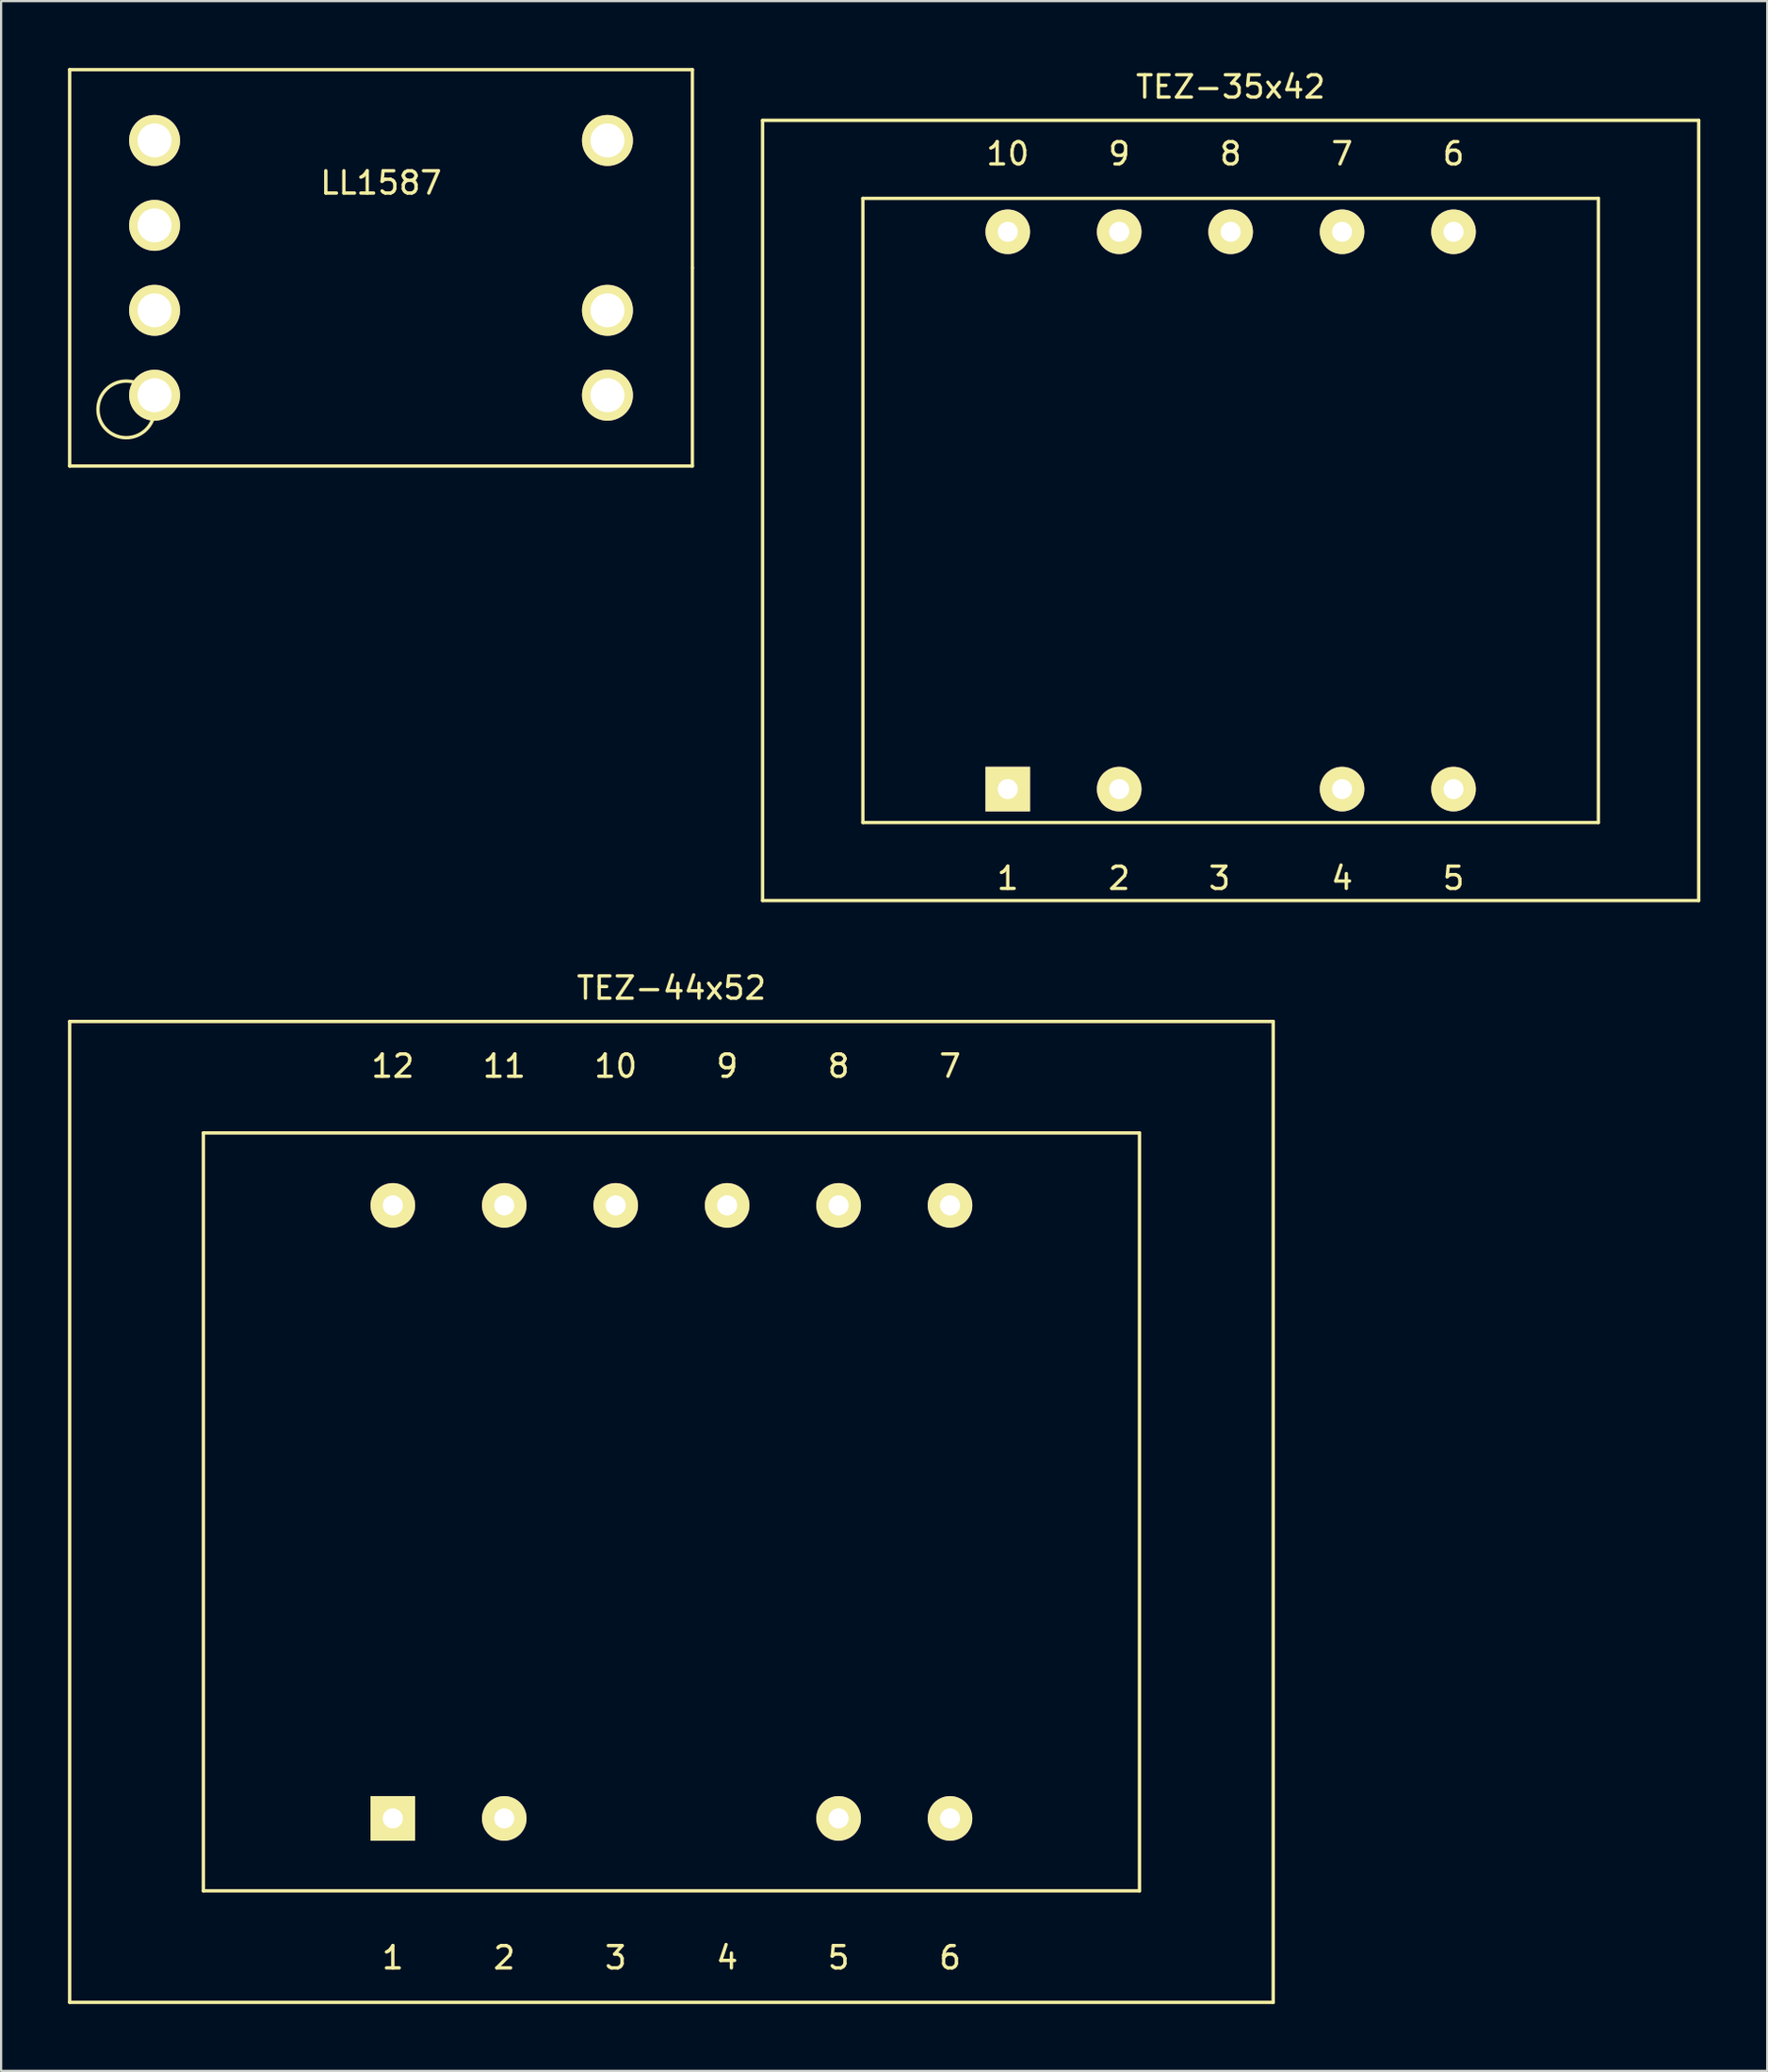
<source format=kicad_pcb>
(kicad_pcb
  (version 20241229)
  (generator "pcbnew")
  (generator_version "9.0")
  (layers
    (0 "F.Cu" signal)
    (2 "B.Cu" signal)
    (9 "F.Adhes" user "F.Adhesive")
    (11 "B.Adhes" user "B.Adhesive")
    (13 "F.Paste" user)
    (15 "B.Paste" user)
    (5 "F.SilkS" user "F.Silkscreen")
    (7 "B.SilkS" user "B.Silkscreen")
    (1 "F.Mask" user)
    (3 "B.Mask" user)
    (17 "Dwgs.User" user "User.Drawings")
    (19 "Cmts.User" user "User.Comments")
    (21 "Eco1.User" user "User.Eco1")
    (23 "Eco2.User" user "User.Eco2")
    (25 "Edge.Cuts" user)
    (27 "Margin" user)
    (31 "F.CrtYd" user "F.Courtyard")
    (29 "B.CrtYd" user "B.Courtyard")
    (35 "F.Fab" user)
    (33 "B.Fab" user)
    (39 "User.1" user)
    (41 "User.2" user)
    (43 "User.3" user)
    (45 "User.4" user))
  (footprint "LL1587"
    (layer "F.Cu")
    (at 14.045 8.965)
    (property "Reference" "LL1587" (at 0 -3.81 0) (layer "F.SilkS") (effects (font (size 1 1) (thickness 0.15))))
    (attr through_hole)
    (fp_line (start -13.97 -8.89) (end -13.97 8.89) (stroke (width 0.15) (type solid)) (layer "F.SilkS"))
    (fp_line (start -13.97 8.89) (end 13.97 8.89) (stroke (width 0.15) (type solid)) (layer "F.SilkS"))
    (fp_line (start 13.97 -8.89) (end -13.97 -8.89) (stroke (width 0.15) (type solid)) (layer "F.SilkS"))
    (fp_line (start 13.97 0) (end 13.97 -8.89) (stroke (width 0.15) (type solid)) (layer "F.SilkS"))
    (fp_line (start 13.97 8.89) (end 13.97 0) (stroke (width 0.15) (type solid)) (layer "F.SilkS"))
    (fp_circle (center -11.43 6.35) (end -11.43 5.08) (stroke (width 0.15) (type solid)) (fill no) (layer "F.SilkS"))
    (pad "1" thru_hole circle (at -10.16 5.715) (size 2.286 2.286) (drill 1.524) (layers "*.Cu" "*.Mask" "F.SilkS"))
    (pad "2" thru_hole circle (at -10.16 1.905) (size 2.286 2.286) (drill 1.524) (layers "*.Cu" "*.Mask" "F.SilkS"))
    (pad "3" thru_hole circle (at -10.16 -1.905) (size 2.286 2.286) (drill 1.524) (layers "*.Cu" "*.Mask" "F.SilkS"))
    (pad "4" thru_hole circle (at -10.16 -5.715) (size 2.286 2.286) (drill 1.524) (layers "*.Cu" "*.Mask" "F.SilkS"))
    (pad "5" thru_hole circle (at 10.16 5.715) (size 2.286 2.286) (drill 1.524) (layers "*.Cu" "*.Mask" "F.SilkS"))
    (pad "6" thru_hole circle (at 10.16 1.905) (size 2.286 2.286) (drill 1.524) (layers "*.Cu" "*.Mask" "F.SilkS"))
    (pad "8" thru_hole circle (at 10.16 -5.715) (size 2.286 2.286) (drill 1.524) (layers "*.Cu" "*.Mask" "F.SilkS")))
  (footprint "TEZ-44x52"
    (layer "F.Cu")
    (at 27.075 64.772)
    (property "Reference" "TEZ-44x52" (at 0 -23.5 0) (layer "F.SilkS") (effects (font (size 1 1) (thickness 0.15))))
    (attr through_hole)
    (fp_line (start -27 -22) (end 27 -22) (stroke (width 0.15) (type solid)) (layer "F.SilkS"))
    (fp_line (start -27 22) (end -27 -22) (stroke (width 0.15) (type solid)) (layer "F.SilkS"))
    (fp_line (start -21 -17) (end 21 -17) (stroke (width 0.15) (type solid)) (layer "F.SilkS"))
    (fp_line (start -21 17) (end -21 -17) (stroke (width 0.15) (type solid)) (layer "F.SilkS"))
    (fp_line (start 21 -17) (end 21 17) (stroke (width 0.15) (type solid)) (layer "F.SilkS"))
    (fp_line (start 21 17) (end -21 17) (stroke (width 0.15) (type solid)) (layer "F.SilkS"))
    (fp_line (start 27 -22) (end 27 22) (stroke (width 0.15) (type solid)) (layer "F.SilkS"))
    (fp_line (start 27 22) (end -27 22) (stroke (width 0.15) (type solid)) (layer "F.SilkS"))
    (fp_text user "8" (at 7.5 -20 0) (layer "F.SilkS") (effects (font (size 1 1) (thickness 0.15))))
    (fp_text user "5" (at 7.5 20 0) (layer "F.SilkS") (effects (font (size 1 1) (thickness 0.15))))
    (fp_text user "2" (at -7.5 20 0) (layer "F.SilkS") (effects (font (size 1 1) (thickness 0.15))))
    (fp_text user "12" (at -12.5 -20 0) (layer "F.SilkS") (effects (font (size 1 1) (thickness 0.15))))
    (fp_text user "9" (at 2.5 -20 0) (layer "F.SilkS") (effects (font (size 1 1) (thickness 0.15))))
    (fp_text user "10" (at -2.5 -20 0) (layer "F.SilkS") (effects (font (size 1 1) (thickness 0.15))))
    (fp_text user "6" (at 12.5 20 0) (layer "F.SilkS") (effects (font (size 1 1) (thickness 0.15))))
    (fp_text user "1" (at -12.5 20 0) (layer "F.SilkS") (effects (font (size 1 1) (thickness 0.15))))
    (fp_text user "11" (at -7.5 -20 0) (layer "F.SilkS") (effects (font (size 1 1) (thickness 0.15))))
    (fp_text user "4" (at 2.5 20 0) (layer "F.SilkS") (effects (font (size 1 1) (thickness 0.15))))
    (fp_text user "7" (at 12.5 -20 0) (layer "F.SilkS") (effects (font (size 1 1) (thickness 0.15))))
    (fp_text user "3" (at -2.5 20 0) (layer "F.SilkS") (effects (font (size 1 1) (thickness 0.15))))
    (pad "1" thru_hole rect (at -12.5 13.75) (size 2 2) (drill 0.9) (layers "*.Cu" "*.Mask" "F.SilkS"))
    (pad "2" thru_hole circle (at -7.5 13.75) (size 2 2) (drill 0.9) (layers "*.Cu" "*.Mask" "F.SilkS"))
    (pad "5" thru_hole circle (at 7.5 13.75) (size 2 2) (drill 0.9) (layers "*.Cu" "*.Mask" "F.SilkS"))
    (pad "6" thru_hole circle (at 12.5 13.75) (size 2 2) (drill 0.9) (layers "*.Cu" "*.Mask" "F.SilkS"))
    (pad "7" thru_hole circle (at 12.5 -13.75) (size 2 2) (drill 0.9) (layers "*.Cu" "*.Mask" "F.SilkS"))
    (pad "8" thru_hole circle (at 7.5 -13.75) (size 2 2) (drill 0.9) (layers "*.Cu" "*.Mask" "F.SilkS"))
    (pad "9" thru_hole circle (at 2.5 -13.75) (size 2 2) (drill 0.9) (layers "*.Cu" "*.Mask" "F.SilkS"))
    (pad "10" thru_hole circle (at -2.5 -13.75) (size 2 2) (drill 0.9) (layers "*.Cu" "*.Mask" "F.SilkS"))
    (pad "11" thru_hole circle (at -7.5 -13.75) (size 2 2) (drill 0.9) (layers "*.Cu" "*.Mask" "F.SilkS"))
    (pad "12" thru_hole circle (at -12.5 -13.75) (size 2 2) (drill 0.9) (layers "*.Cu" "*.Mask" "F.SilkS")))
  (footprint "TEZ-35x42"
    (layer "F.Cu")
    (at 52.165 19.848)
    (property "Reference" "TEZ-35x42" (at 0 -19 0) (layer "F.SilkS") (effects (font (size 1 1) (thickness 0.15))))
    (attr through_hole)
    (fp_line (start -21 -17.5) (end 21 -17.5) (stroke (width 0.15) (type solid)) (layer "F.SilkS"))
    (fp_line (start -21 17.5) (end -21 -17.5) (stroke (width 0.15) (type solid)) (layer "F.SilkS"))
    (fp_line (start -16.5 -14) (end 16.5 -14) (stroke (width 0.15) (type solid)) (layer "F.SilkS"))
    (fp_line (start -16.5 14) (end -16.5 -14) (stroke (width 0.15) (type solid)) (layer "F.SilkS"))
    (fp_line (start 16.5 -14) (end 16.5 14) (stroke (width 0.15) (type solid)) (layer "F.SilkS"))
    (fp_line (start 16.5 14) (end -16.5 14) (stroke (width 0.15) (type solid)) (layer "F.SilkS"))
    (fp_line (start 21 -17.5) (end 21 17.5) (stroke (width 0.15) (type solid)) (layer "F.SilkS"))
    (fp_line (start 21 17.5) (end -21 17.5) (stroke (width 0.15) (type solid)) (layer "F.SilkS"))
    (fp_text user "4" (at 5 16.5 0) (layer "F.SilkS") (effects (font (size 1 1) (thickness 0.15))))
    (fp_text user "7" (at 5 -16 0) (layer "F.SilkS") (effects (font (size 1 1) (thickness 0.15))))
    (fp_text user "2" (at -5 16.5 0) (layer "F.SilkS") (effects (font (size 1 1) (thickness 0.15))))
    (fp_text user "10" (at -10 -16 0) (layer "F.SilkS") (effects (font (size 1 1) (thickness 0.15))))
    (fp_text user "5" (at 10 16.5 0) (layer "F.SilkS") (effects (font (size 1 1) (thickness 0.15))))
    (fp_text user "1" (at -10 16.5 0) (layer "F.SilkS") (effects (font (size 1 1) (thickness 0.15))))
    (fp_text user "3" (at -0.5 16.5 0) (layer "F.SilkS") (effects (font (size 1 1) (thickness 0.15))))
    (fp_text user "8" (at 0 -16 0) (layer "F.SilkS") (effects (font (size 1 1) (thickness 0.15))))
    (fp_text user "6" (at 10 -16 0) (layer "F.SilkS") (effects (font (size 1 1) (thickness 0.15))))
    (fp_text user "9" (at -5 -16 0) (layer "F.SilkS") (effects (font (size 1 1) (thickness 0.15))))
    (pad "1" thru_hole rect (at -10 12.5) (size 2 2) (drill 0.9) (layers "*.Cu" "*.Mask" "F.SilkS"))
    (pad "2" thru_hole circle (at -5 12.5) (size 2 2) (drill 0.9) (layers "*.Cu" "*.Mask" "F.SilkS"))
    (pad "4" thru_hole circle (at 5 12.5) (size 2 2) (drill 0.9) (layers "*.Cu" "*.Mask" "F.SilkS"))
    (pad "5" thru_hole circle (at 10 12.5) (size 2 2) (drill 0.9) (layers "*.Cu" "*.Mask" "F.SilkS"))
    (pad "6" thru_hole circle (at 10 -12.5) (size 2 2) (drill 0.9) (layers "*.Cu" "*.Mask" "F.SilkS"))
    (pad "7" thru_hole circle (at 5 -12.5) (size 2 2) (drill 0.9) (layers "*.Cu" "*.Mask" "F.SilkS"))
    (pad "8" thru_hole circle (at 0 -12.5) (size 2 2) (drill 0.9) (layers "*.Cu" "*.Mask" "F.SilkS"))
    (pad "9" thru_hole circle (at -5 -12.5) (size 2 2) (drill 0.9) (layers "*.Cu" "*.Mask" "F.SilkS"))
    (pad "10" thru_hole circle (at -10 -12.5) (size 2 2) (drill 0.9) (layers "*.Cu" "*.Mask" "F.SilkS")))
  (gr_rect
    (start -3 -3)
    (end 76.24 89.847)
    (stroke (width 0.1) (type default))
    (fill no)
    (layer "Edge.Cuts")))
</source>
